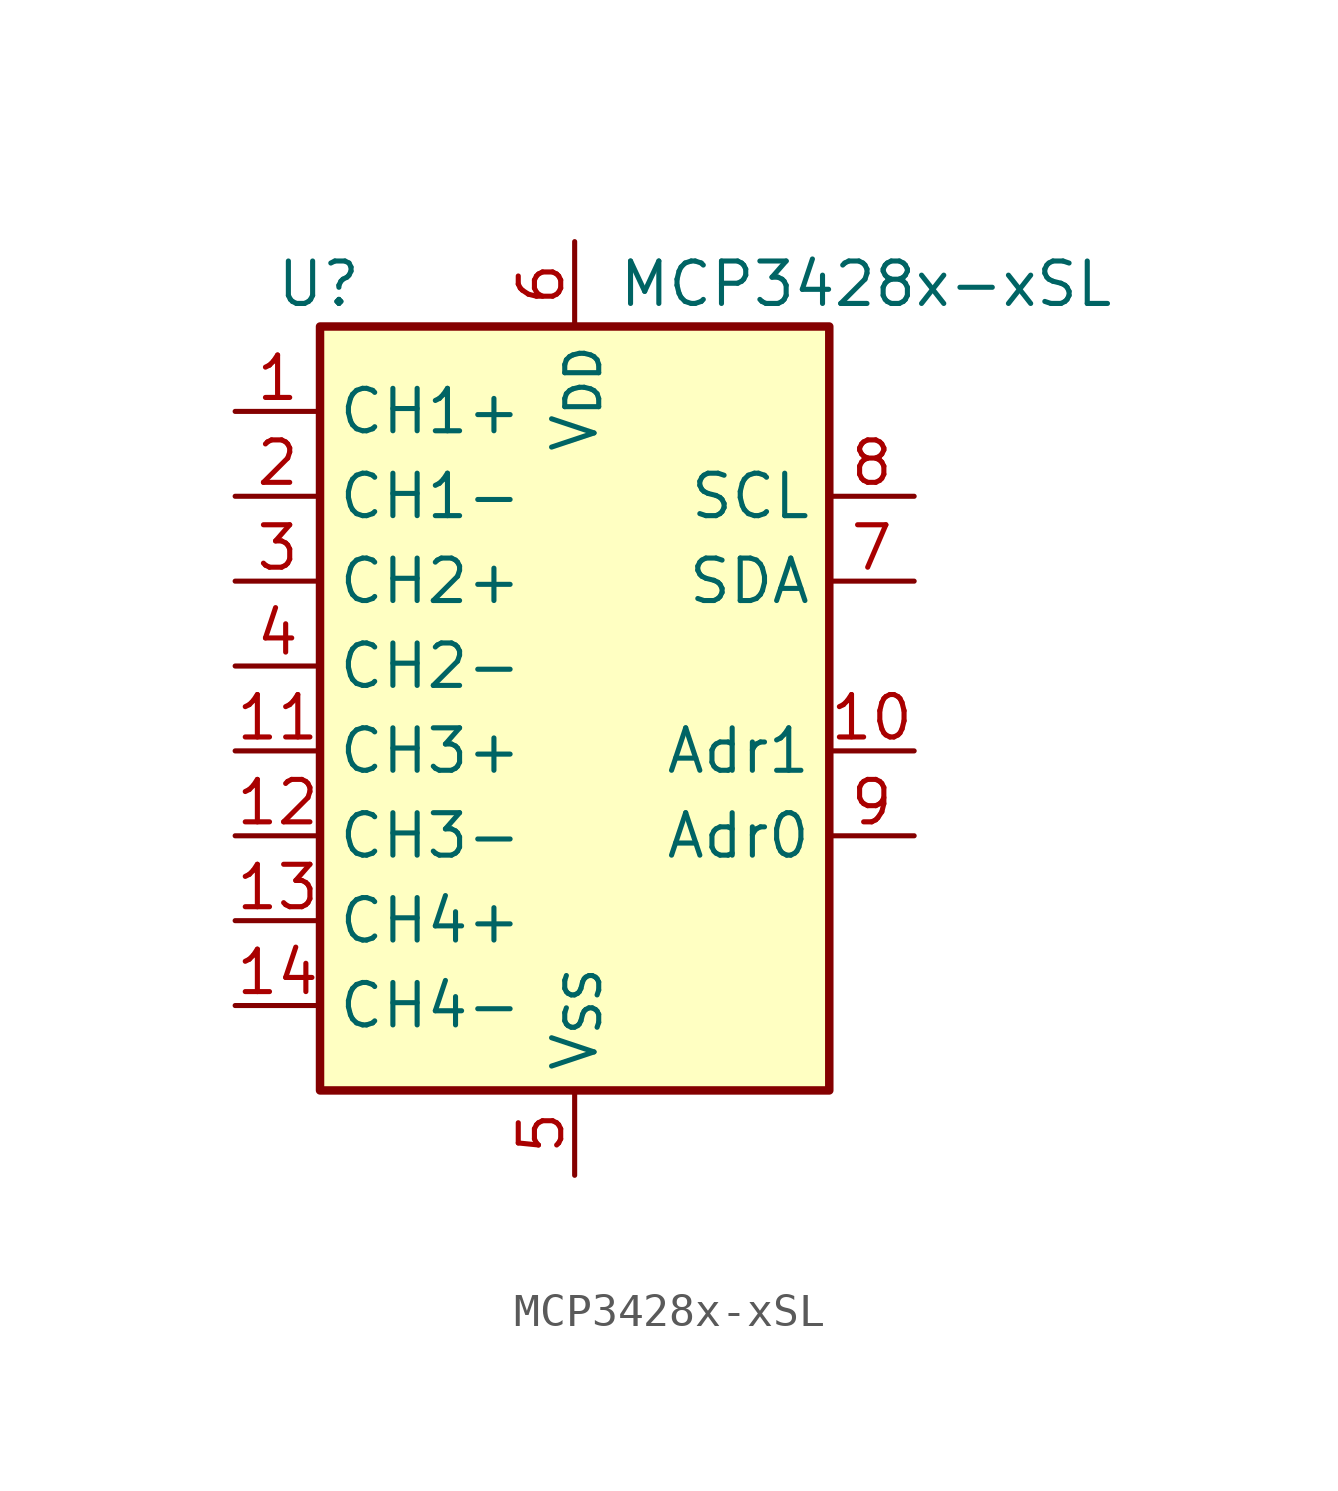
<source format=kicad_sym>
(kicad_symbol_lib
  (version 20241209)
  (generator "kicad_symbol_editor")
  (generator_version "9.0")
  (symbol "MCP3428x-xSL"
    (property "Reference" "U"
      (at -6.35 11.43 0)
      (effects (font (size 1.27 1.27)) (justify right)))
    (property "Value" "MCP3428x-xSL"
      (at 1.27 11.43 0)
      (effects (font (size 1.27 1.27)) (justify left)))
    (symbol "MCP3428x-xSL_0_1"
      (rectangle (start -7.62 10.16) (end 7.62 -12.7) (stroke (width 0.254) (type default)) (fill (type background))))
    (symbol "MCP3428x-xSL_1_1"
      (pin input line (at -10.16 7.62 0) (length 2.54) (name "CH1+" (effects (font (size 1.27 1.27)))) (number "1" (effects (font (size 1.27 1.27)))))
      (pin input line (at -10.16 5.08 0) (length 2.54) (name "CH1-" (effects (font (size 1.27 1.27)))) (number "2" (effects (font (size 1.27 1.27)))))
      (pin input line (at -10.16 2.54 0) (length 2.54) (name "CH2+" (effects (font (size 1.27 1.27)))) (number "3" (effects (font (size 1.27 1.27)))))
      (pin input line (at -10.16 0 0) (length 2.54) (name "CH2-" (effects (font (size 1.27 1.27)))) (number "4" (effects (font (size 1.27 1.27)))))
      (pin input line (at -10.16 -2.54 0) (length 2.54) (name "CH3+" (effects (font (size 1.27 1.27)))) (number "11" (effects (font (size 1.27 1.27)))))
      (pin input line (at -10.16 -5.08 0) (length 2.54) (name "CH3-" (effects (font (size 1.27 1.27)))) (number "12" (effects (font (size 1.27 1.27)))))
      (pin input line (at -10.16 -7.62 0) (length 2.54) (name "CH4+" (effects (font (size 1.27 1.27)))) (number "13" (effects (font (size 1.27 1.27)))))
      (pin input line (at -10.16 -10.16 0) (length 2.54) (name "CH4-" (effects (font (size 1.27 1.27)))) (number "14" (effects (font (size 1.27 1.27)))))
      (pin power_in line (at 0 12.7 270) (length 2.54) (name "V_{DD}" (effects (font (size 1.27 1.27)))) (number "6" (effects (font (size 1.27 1.27)))))
      (pin power_in line (at 0 -15.24 90) (length 2.54) (name "V_{SS}" (effects (font (size 1.27 1.27)))) (number "5" (effects (font (size 1.27 1.27)))))
      (pin input line (at 10.16 5.08 180) (length 2.54) (name "SCL" (effects (font (size 1.27 1.27)))) (number "8" (effects (font (size 1.27 1.27)))))
      (pin bidirectional line (at 10.16 2.54 180) (length 2.54) (name "SDA" (effects (font (size 1.27 1.27)))) (number "7" (effects (font (size 1.27 1.27)))))
      (pin input line (at 10.16 -2.54 180) (length 2.54) (name "Adr1" (effects (font (size 1.27 1.27)))) (number "10" (effects (font (size 1.27 1.27)))))
      (pin input line (at 10.16 -5.08 180) (length 2.54) (name "Adr0" (effects (font (size 1.27 1.27)))) (number "9" (effects (font (size 1.27 1.27))))))))
</source>
